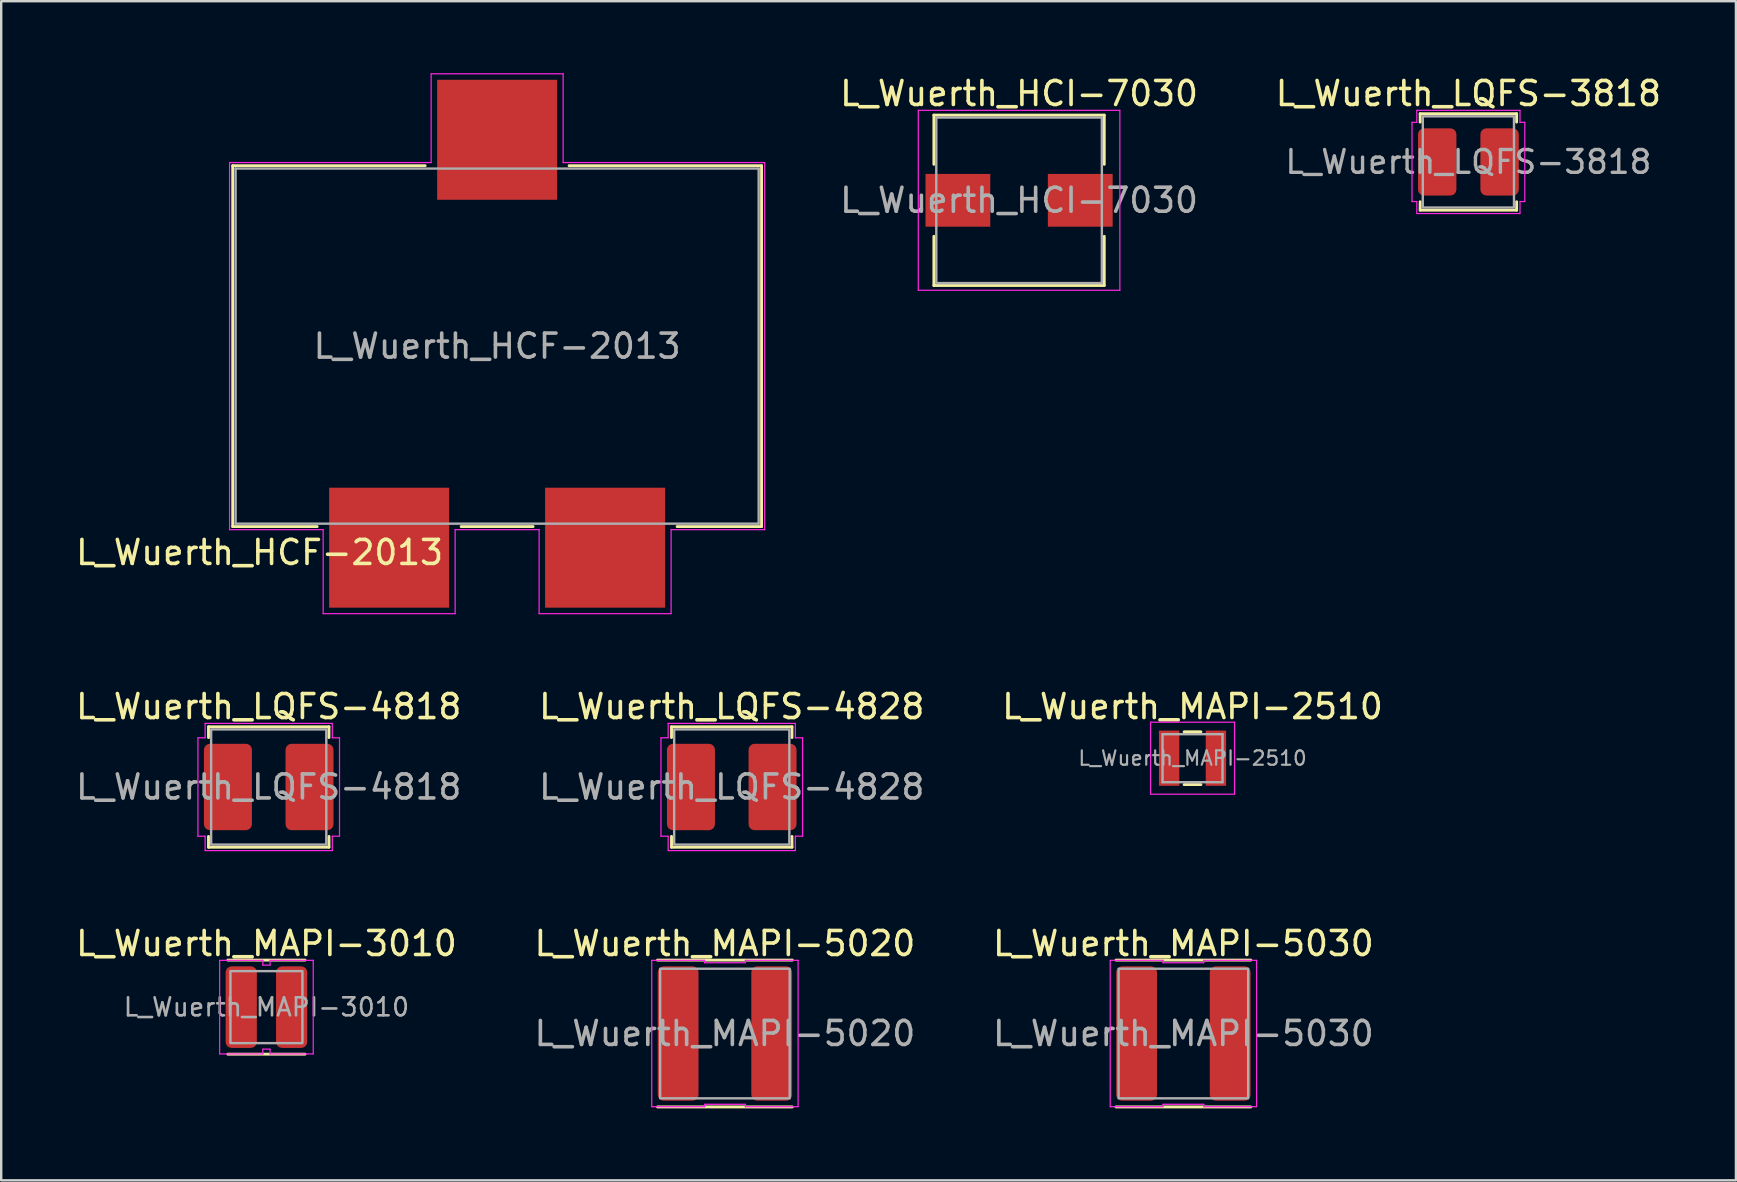
<source format=kicad_pcb>
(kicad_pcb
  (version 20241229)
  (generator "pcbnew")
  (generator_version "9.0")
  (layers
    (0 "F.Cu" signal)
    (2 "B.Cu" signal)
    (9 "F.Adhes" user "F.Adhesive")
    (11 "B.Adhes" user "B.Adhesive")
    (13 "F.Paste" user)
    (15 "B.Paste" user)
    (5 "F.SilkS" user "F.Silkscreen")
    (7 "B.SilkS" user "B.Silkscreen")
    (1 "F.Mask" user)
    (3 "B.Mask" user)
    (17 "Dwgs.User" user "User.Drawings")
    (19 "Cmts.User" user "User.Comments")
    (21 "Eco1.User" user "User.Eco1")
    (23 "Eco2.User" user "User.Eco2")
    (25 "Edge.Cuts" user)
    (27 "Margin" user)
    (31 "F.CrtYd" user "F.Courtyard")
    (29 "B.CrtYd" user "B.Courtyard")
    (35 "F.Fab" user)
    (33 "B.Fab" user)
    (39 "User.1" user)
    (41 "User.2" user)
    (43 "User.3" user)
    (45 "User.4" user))
  (footprint "L_Wuerth_LQFS-4828"
    (layer "F.Cu")
    (at 27.446 29.748)
    (property "Reference" "L_Wuerth_LQFS-4828" (at 0 -3.35 0) (layer "F.SilkS") (effects (font (size 1 1) (thickness 0.15))))
    (attr smd)
    (fp_line (start -2.51 -2.51) (end 2.51 -2.51) (stroke (width 0.12) (type solid)) (layer "F.SilkS"))
    (fp_line (start -2.51 -2.06) (end -2.51 -2.51) (stroke (width 0.12) (type solid)) (layer "F.SilkS"))
    (fp_line (start -2.51 2.51) (end -2.51 2.06) (stroke (width 0.12) (type solid)) (layer "F.SilkS"))
    (fp_line (start 2.51 -2.51) (end 2.51 -2.06) (stroke (width 0.12) (type solid)) (layer "F.SilkS"))
    (fp_line (start 2.51 2.06) (end 2.51 2.51) (stroke (width 0.12) (type solid)) (layer "F.SilkS"))
    (fp_line (start 2.51 2.51) (end -2.51 2.51) (stroke (width 0.12) (type solid)) (layer "F.SilkS"))
    (fp_line (start -2.95 -2.05) (end -2.65 -2.05) (stroke (width 0.05) (type solid)) (layer "F.CrtYd"))
    (fp_line (start -2.95 2.05) (end -2.95 -2.05) (stroke (width 0.05) (type solid)) (layer "F.CrtYd"))
    (fp_line (start -2.65 -2.65) (end 2.65 -2.65) (stroke (width 0.05) (type solid)) (layer "F.CrtYd"))
    (fp_line (start -2.65 -2.05) (end -2.65 -2.65) (stroke (width 0.05) (type solid)) (layer "F.CrtYd"))
    (fp_line (start -2.65 2.05) (end -2.95 2.05) (stroke (width 0.05) (type solid)) (layer "F.CrtYd"))
    (fp_line (start -2.65 2.65) (end -2.65 2.05) (stroke (width 0.05) (type solid)) (layer "F.CrtYd"))
    (fp_line (start 2.65 -2.65) (end 2.65 -2.05) (stroke (width 0.05) (type solid)) (layer "F.CrtYd"))
    (fp_line (start 2.65 -2.05) (end 2.95 -2.05) (stroke (width 0.05) (type solid)) (layer "F.CrtYd"))
    (fp_line (start 2.65 2.05) (end 2.65 2.65) (stroke (width 0.05) (type solid)) (layer "F.CrtYd"))
    (fp_line (start 2.65 2.65) (end -2.65 2.65) (stroke (width 0.05) (type solid)) (layer "F.CrtYd"))
    (fp_line (start 2.95 -2.05) (end 2.95 2.05) (stroke (width 0.05) (type solid)) (layer "F.CrtYd"))
    (fp_line (start 2.95 2.05) (end 2.65 2.05) (stroke (width 0.05) (type solid)) (layer "F.CrtYd"))
    (fp_rect (start -2.4 -2.4) (end 2.4 2.4) (stroke (width 0.1) (type solid)) (fill no) (layer "F.Fab"))
    (fp_text user "${REFERENCE}" (at 0 0 0) (layer "F.Fab") (effects (font (size 1 1) (thickness 0.15))))
    (pad "1" smd roundrect (at -1.7 0) (size 2 3.6) (layers "F.Cu" "F.Mask" "F.Paste") (roundrect_rratio 0.125))
    (pad "2" smd roundrect (at 1.7 0) (size 2 3.6) (layers "F.Cu" "F.Mask" "F.Paste") (roundrect_rratio 0.125)))
  (footprint "L_Wuerth_HCI-7030"
    (layer "F.Cu")
    (at 39.42 5.298)
    (property "Reference" "L_Wuerth_HCI-7030" (at 0 -4.45 0) (layer "F.SilkS") (effects (font (size 1 1) (thickness 0.15))))
    (attr smd)
    (fp_line (start -3.55 -3.55) (end 3.55 -3.55) (stroke (width 0.12) (type solid)) (layer "F.SilkS"))
    (fp_line (start -3.55 -1.5) (end -3.55 -3.55) (stroke (width 0.12) (type solid)) (layer "F.SilkS"))
    (fp_line (start -3.55 1.5) (end -3.55 3.55) (stroke (width 0.12) (type solid)) (layer "F.SilkS"))
    (fp_line (start -3.55 3.55) (end 3.55 3.55) (stroke (width 0.12) (type solid)) (layer "F.SilkS"))
    (fp_line (start 3.55 -3.55) (end 3.55 -1.5) (stroke (width 0.12) (type solid)) (layer "F.SilkS"))
    (fp_line (start 3.55 3.55) (end 3.55 1.5) (stroke (width 0.12) (type solid)) (layer "F.SilkS"))
    (fp_line (start -4.2 -3.75) (end -4.2 3.75) (stroke (width 0.05) (type solid)) (layer "F.CrtYd"))
    (fp_line (start -4.2 3.75) (end 4.2 3.75) (stroke (width 0.05) (type solid)) (layer "F.CrtYd"))
    (fp_line (start 4.2 -3.75) (end -4.2 -3.75) (stroke (width 0.05) (type solid)) (layer "F.CrtYd"))
    (fp_line (start 4.2 3.75) (end 4.2 -3.75) (stroke (width 0.05) (type solid)) (layer "F.CrtYd"))
    (fp_line (start -3.45 -3.45) (end -3.45 3.45) (stroke (width 0.1) (type solid)) (layer "F.Fab"))
    (fp_line (start -3.45 3.45) (end 3.45 3.45) (stroke (width 0.1) (type solid)) (layer "F.Fab"))
    (fp_line (start 3.45 -3.45) (end -3.45 -3.45) (stroke (width 0.1) (type solid)) (layer "F.Fab"))
    (fp_line (start 3.45 3.45) (end 3.45 -3.45) (stroke (width 0.1) (type solid)) (layer "F.Fab"))
    (fp_text user "${REFERENCE}" (at 0 0 0) (layer "F.Fab") (effects (font (size 1 1) (thickness 0.15))))
    (pad "1" smd rect (at -2.55 0) (size 2.7 2.2) (layers "F.Cu" "F.Mask" "F.Paste"))
    (pad "2" smd rect (at 2.55 0) (size 2.7 2.2) (layers "F.Cu" "F.Mask" "F.Paste")))
  (footprint "L_Wuerth_MAPI-5020"
    (layer "F.Cu")
    (at 27.161 40.022)
    (property "Reference" "L_Wuerth_MAPI-5020" (at 0 -3.75 0) (layer "F.SilkS") (effects (font (size 1 1) (thickness 0.15))))
    (attr smd)
    (fp_line (start -2.81 -3.06) (end 2.81 -3.06) (stroke (width 0.12) (type solid)) (layer "F.SilkS"))
    (fp_line (start 2.81 3.06) (end -2.81 3.06) (stroke (width 0.12) (type solid)) (layer "F.SilkS"))
    (fp_line (start -3.05 -3.05) (end -0.85 -3.05) (stroke (width 0.05) (type solid)) (layer "F.CrtYd"))
    (fp_line (start -3.05 3.05) (end -3.05 -3.05) (stroke (width 0.05) (type solid)) (layer "F.CrtYd"))
    (fp_line (start -0.85 -3.05) (end -0.85 -2.95) (stroke (width 0.05) (type solid)) (layer "F.CrtYd"))
    (fp_line (start -0.85 -2.95) (end 0.85 -2.95) (stroke (width 0.05) (type solid)) (layer "F.CrtYd"))
    (fp_line (start -0.85 2.95) (end -0.85 3.05) (stroke (width 0.05) (type solid)) (layer "F.CrtYd"))
    (fp_line (start -0.85 3.05) (end -3.05 3.05) (stroke (width 0.05) (type solid)) (layer "F.CrtYd"))
    (fp_line (start 0.85 -3.05) (end 3.05 -3.05) (stroke (width 0.05) (type solid)) (layer "F.CrtYd"))
    (fp_line (start 0.85 -2.95) (end 0.85 -3.05) (stroke (width 0.05) (type solid)) (layer "F.CrtYd"))
    (fp_line (start 0.85 2.95) (end -0.85 2.95) (stroke (width 0.05) (type solid)) (layer "F.CrtYd"))
    (fp_line (start 0.85 3.05) (end 0.85 2.95) (stroke (width 0.05) (type solid)) (layer "F.CrtYd"))
    (fp_line (start 3.05 -3.05) (end 3.05 3.05) (stroke (width 0.05) (type solid)) (layer "F.CrtYd"))
    (fp_line (start 3.05 3.05) (end 0.85 3.05) (stroke (width 0.05) (type solid)) (layer "F.CrtYd"))
    (fp_rect (start -2.7 -2.7) (end 2.7 2.7) (stroke (width 0.1) (type solid)) (fill no) (layer "F.Fab"))
    (fp_text user "${REFERENCE}" (at 0 0 0) (layer "F.Fab") (effects (font (size 1 1) (thickness 0.15))))
    (pad "1" smd roundrect (at -1.95 0) (size 1.7 5.6) (layers "F.Cu" "F.Mask" "F.Paste") (roundrect_rratio 0.147))
    (pad "2" smd roundrect (at 1.95 0) (size 1.7 5.6) (layers "F.Cu" "F.Mask" "F.Paste") (roundrect_rratio 0.147)))
  (footprint "L_Wuerth_MAPI-3010"
    (layer "F.Cu")
    (at 8.054 38.922)
    (property "Reference" "L_Wuerth_MAPI-3010" (at 0 -2.65 0) (layer "F.SilkS") (effects (font (size 1 1) (thickness 0.15))))
    (attr smd)
    (fp_line (start -1.61 -1.96) (end 1.61 -1.96) (stroke (width 0.12) (type solid)) (layer "F.SilkS"))
    (fp_line (start 1.61 1.96) (end -1.61 1.96) (stroke (width 0.12) (type solid)) (layer "F.SilkS"))
    (fp_line (start -1.95 -1.95) (end -0.15 -1.95) (stroke (width 0.05) (type solid)) (layer "F.CrtYd"))
    (fp_line (start -1.95 1.95) (end -1.95 -1.95) (stroke (width 0.05) (type solid)) (layer "F.CrtYd"))
    (fp_line (start -0.15 -1.95) (end -0.15 -1.75) (stroke (width 0.05) (type solid)) (layer "F.CrtYd"))
    (fp_line (start -0.15 -1.75) (end 0.15 -1.75) (stroke (width 0.05) (type solid)) (layer "F.CrtYd"))
    (fp_line (start -0.15 1.75) (end -0.15 1.95) (stroke (width 0.05) (type solid)) (layer "F.CrtYd"))
    (fp_line (start -0.15 1.95) (end -1.95 1.95) (stroke (width 0.05) (type solid)) (layer "F.CrtYd"))
    (fp_line (start 0.15 -1.95) (end 1.95 -1.95) (stroke (width 0.05) (type solid)) (layer "F.CrtYd"))
    (fp_line (start 0.15 -1.75) (end 0.15 -1.95) (stroke (width 0.05) (type solid)) (layer "F.CrtYd"))
    (fp_line (start 0.15 1.75) (end -0.15 1.75) (stroke (width 0.05) (type solid)) (layer "F.CrtYd"))
    (fp_line (start 0.15 1.95) (end 0.15 1.75) (stroke (width 0.05) (type solid)) (layer "F.CrtYd"))
    (fp_line (start 1.95 -1.95) (end 1.95 1.95) (stroke (width 0.05) (type solid)) (layer "F.CrtYd"))
    (fp_line (start 1.95 1.95) (end 0.15 1.95) (stroke (width 0.05) (type solid)) (layer "F.CrtYd"))
    (fp_rect (start -1.5 -1.5) (end 1.5 1.5) (stroke (width 0.1) (type solid)) (fill no) (layer "F.Fab"))
    (fp_text user "${REFERENCE}" (at 0 0 0) (layer "F.Fab") (effects (font (size 0.75 0.75) (thickness 0.11))))
    (pad "1" smd roundrect (at -1.05 0) (size 1.3 3.4) (layers "F.Cu" "F.Mask" "F.Paste") (roundrect_rratio 0.192))
    (pad "2" smd roundrect (at 1.05 0) (size 1.3 3.4) (layers "F.Cu" "F.Mask" "F.Paste") (roundrect_rratio 0.192)))
  (footprint "L_Wuerth_LQFS-4818"
    (layer "F.Cu")
    (at 8.149 29.748)
    (property "Reference" "L_Wuerth_LQFS-4818" (at 0 -3.35 0) (layer "F.SilkS") (effects (font (size 1 1) (thickness 0.15))))
    (attr smd)
    (fp_line (start -2.51 -2.51) (end 2.51 -2.51) (stroke (width 0.12) (type solid)) (layer "F.SilkS"))
    (fp_line (start -2.51 -2.06) (end -2.51 -2.51) (stroke (width 0.12) (type solid)) (layer "F.SilkS"))
    (fp_line (start -2.51 2.51) (end -2.51 2.06) (stroke (width 0.12) (type solid)) (layer "F.SilkS"))
    (fp_line (start 2.51 -2.51) (end 2.51 -2.06) (stroke (width 0.12) (type solid)) (layer "F.SilkS"))
    (fp_line (start 2.51 2.06) (end 2.51 2.51) (stroke (width 0.12) (type solid)) (layer "F.SilkS"))
    (fp_line (start 2.51 2.51) (end -2.51 2.51) (stroke (width 0.12) (type solid)) (layer "F.SilkS"))
    (fp_line (start -2.95 -2.05) (end -2.65 -2.05) (stroke (width 0.05) (type solid)) (layer "F.CrtYd"))
    (fp_line (start -2.95 2.05) (end -2.95 -2.05) (stroke (width 0.05) (type solid)) (layer "F.CrtYd"))
    (fp_line (start -2.65 -2.65) (end 2.65 -2.65) (stroke (width 0.05) (type solid)) (layer "F.CrtYd"))
    (fp_line (start -2.65 -2.05) (end -2.65 -2.65) (stroke (width 0.05) (type solid)) (layer "F.CrtYd"))
    (fp_line (start -2.65 2.05) (end -2.95 2.05) (stroke (width 0.05) (type solid)) (layer "F.CrtYd"))
    (fp_line (start -2.65 2.65) (end -2.65 2.05) (stroke (width 0.05) (type solid)) (layer "F.CrtYd"))
    (fp_line (start 2.65 -2.65) (end 2.65 -2.05) (stroke (width 0.05) (type solid)) (layer "F.CrtYd"))
    (fp_line (start 2.65 -2.05) (end 2.95 -2.05) (stroke (width 0.05) (type solid)) (layer "F.CrtYd"))
    (fp_line (start 2.65 2.05) (end 2.65 2.65) (stroke (width 0.05) (type solid)) (layer "F.CrtYd"))
    (fp_line (start 2.65 2.65) (end -2.65 2.65) (stroke (width 0.05) (type solid)) (layer "F.CrtYd"))
    (fp_line (start 2.95 -2.05) (end 2.95 2.05) (stroke (width 0.05) (type solid)) (layer "F.CrtYd"))
    (fp_line (start 2.95 2.05) (end 2.65 2.05) (stroke (width 0.05) (type solid)) (layer "F.CrtYd"))
    (fp_rect (start -2.4 -2.4) (end 2.4 2.4) (stroke (width 0.1) (type solid)) (fill no) (layer "F.Fab"))
    (fp_text user "${REFERENCE}" (at 0 0 0) (layer "F.Fab") (effects (font (size 1 1) (thickness 0.15))))
    (pad "1" smd roundrect (at -1.7 0) (size 2 3.6) (layers "F.Cu" "F.Mask" "F.Paste") (roundrect_rratio 0.125))
    (pad "2" smd roundrect (at 1.7 0) (size 2 3.6) (layers "F.Cu" "F.Mask" "F.Paste") (roundrect_rratio 0.125)))
  (footprint "L_Wuerth_MAPI-2510"
    (layer "F.Cu")
    (at 46.649 28.548)
    (property "Reference" "L_Wuerth_MAPI-2510" (at 0 -2.15 0) (layer "F.SilkS") (effects (font (size 1 1) (thickness 0.15))))
    (attr smd)
    (fp_line (start -0.35 -1.1) (end 0.35 -1.1) (stroke (width 0.12) (type solid)) (layer "F.SilkS"))
    (fp_line (start -0.35 1.1) (end 0.35 1.1) (stroke (width 0.12) (type solid)) (layer "F.SilkS"))
    (fp_line (start -1.75 -1.5) (end -1.75 1.5) (stroke (width 0.05) (type solid)) (layer "F.CrtYd"))
    (fp_line (start -1.75 1.5) (end 1.75 1.5) (stroke (width 0.05) (type solid)) (layer "F.CrtYd"))
    (fp_line (start 1.75 -1.5) (end -1.75 -1.5) (stroke (width 0.05) (type solid)) (layer "F.CrtYd"))
    (fp_line (start 1.75 1.5) (end 1.75 -1.5) (stroke (width 0.05) (type solid)) (layer "F.CrtYd"))
    (fp_line (start -1.25 -1) (end -1.25 1) (stroke (width 0.1) (type solid)) (layer "F.Fab"))
    (fp_line (start -1.25 1) (end 1.25 1) (stroke (width 0.1) (type solid)) (layer "F.Fab"))
    (fp_line (start 1.25 -1) (end -1.25 -1) (stroke (width 0.1) (type solid)) (layer "F.Fab"))
    (fp_line (start 1.25 1) (end 1.25 -1) (stroke (width 0.1) (type solid)) (layer "F.Fab"))
    (fp_text user "${REFERENCE}" (at 0 0 0) (layer "F.Fab") (effects (font (size 0.6 0.6) (thickness 0.09))))
    (pad "1" smd rect (at -0.975 0) (size 0.85 2.3) (layers "F.Cu" "F.Mask" "F.Paste"))
    (pad "2" smd rect (at 0.975 0) (size 0.85 2.3) (layers "F.Cu" "F.Mask" "F.Paste")))
  (footprint "L_Wuerth_LQFS-3818"
    (layer "F.Cu")
    (at 58.146 3.698)
    (property "Reference" "L_Wuerth_LQFS-3818" (at 0 -2.85 0) (layer "F.SilkS") (effects (font (size 1 1) (thickness 0.15))))
    (attr smd)
    (fp_line (start -2.01 -2.01) (end 2.01 -2.01) (stroke (width 0.12) (type solid)) (layer "F.SilkS"))
    (fp_line (start -2.01 -1.66) (end -2.01 -2.01) (stroke (width 0.12) (type solid)) (layer "F.SilkS"))
    (fp_line (start -2.01 2.01) (end -2.01 1.66) (stroke (width 0.12) (type solid)) (layer "F.SilkS"))
    (fp_line (start 2.01 -2.01) (end 2.01 -1.66) (stroke (width 0.12) (type solid)) (layer "F.SilkS"))
    (fp_line (start 2.01 1.66) (end 2.01 2.01) (stroke (width 0.12) (type solid)) (layer "F.SilkS"))
    (fp_line (start 2.01 2.01) (end -2.01 2.01) (stroke (width 0.12) (type solid)) (layer "F.SilkS"))
    (fp_line (start -2.35 -1.65) (end -2.15 -1.65) (stroke (width 0.05) (type solid)) (layer "F.CrtYd"))
    (fp_line (start -2.35 1.65) (end -2.35 -1.65) (stroke (width 0.05) (type solid)) (layer "F.CrtYd"))
    (fp_line (start -2.15 -2.15) (end 2.15 -2.15) (stroke (width 0.05) (type solid)) (layer "F.CrtYd"))
    (fp_line (start -2.15 -1.65) (end -2.15 -2.15) (stroke (width 0.05) (type solid)) (layer "F.CrtYd"))
    (fp_line (start -2.15 1.65) (end -2.35 1.65) (stroke (width 0.05) (type solid)) (layer "F.CrtYd"))
    (fp_line (start -2.15 2.15) (end -2.15 1.65) (stroke (width 0.05) (type solid)) (layer "F.CrtYd"))
    (fp_line (start 2.15 -2.15) (end 2.15 -1.65) (stroke (width 0.05) (type solid)) (layer "F.CrtYd"))
    (fp_line (start 2.15 -1.65) (end 2.35 -1.65) (stroke (width 0.05) (type solid)) (layer "F.CrtYd"))
    (fp_line (start 2.15 1.65) (end 2.15 2.15) (stroke (width 0.05) (type solid)) (layer "F.CrtYd"))
    (fp_line (start 2.15 2.15) (end -2.15 2.15) (stroke (width 0.05) (type solid)) (layer "F.CrtYd"))
    (fp_line (start 2.35 -1.65) (end 2.35 1.65) (stroke (width 0.05) (type solid)) (layer "F.CrtYd"))
    (fp_line (start 2.35 1.65) (end 2.15 1.65) (stroke (width 0.05) (type solid)) (layer "F.CrtYd"))
    (fp_rect (start -1.9 -1.9) (end 1.9 1.9) (stroke (width 0.1) (type solid)) (fill no) (layer "F.Fab"))
    (fp_text user "${REFERENCE}" (at 0 0 0) (layer "F.Fab") (effects (font (size 0.95 0.95) (thickness 0.14))))
    (pad "1" smd roundrect (at -1.3 0) (size 1.6 2.8) (layers "F.Cu" "F.Mask" "F.Paste") (roundrect_rratio 0.156))
    (pad "2" smd roundrect (at 1.3 0) (size 1.6 2.8) (layers "F.Cu" "F.Mask" "F.Paste") (roundrect_rratio 0.156)))
  (footprint "L_Wuerth_HCF-2013"
    (layer "F.Cu")
    (at 17.668 11.375)
    (property "Reference" "L_Wuerth_HCF-2013" (at -9.9 8.6 0) (layer "F.SilkS") (effects (font (size 1 1) (thickness 0.15))))
    (attr smd)
    (fp_line (start -11.02 -7.52) (end -3 -7.52) (stroke (width 0.12) (type solid)) (layer "F.SilkS"))
    (fp_line (start -11.02 7.52) (end -11.02 -7.52) (stroke (width 0.12) (type solid)) (layer "F.SilkS"))
    (fp_line (start -7.5 7.52) (end -11.02 7.52) (stroke (width 0.12) (type solid)) (layer "F.SilkS"))
    (fp_line (start 1.5 7.52) (end -1.5 7.52) (stroke (width 0.12) (type solid)) (layer "F.SilkS"))
    (fp_line (start 3 -7.52) (end 11.02 -7.52) (stroke (width 0.12) (type solid)) (layer "F.SilkS"))
    (fp_line (start 11.02 -7.52) (end 11.02 7.52) (stroke (width 0.12) (type solid)) (layer "F.SilkS"))
    (fp_line (start 11.02 7.52) (end 7.5 7.52) (stroke (width 0.12) (type solid)) (layer "F.SilkS"))
    (fp_line (start -11.15 -7.65) (end -2.75 -7.65) (stroke (width 0.05) (type solid)) (layer "F.CrtYd"))
    (fp_line (start -11.15 7.65) (end -11.15 -7.65) (stroke (width 0.05) (type solid)) (layer "F.CrtYd"))
    (fp_line (start -7.25 7.65) (end -11.15 7.65) (stroke (width 0.05) (type solid)) (layer "F.CrtYd"))
    (fp_line (start -7.25 11.15) (end -7.25 7.65) (stroke (width 0.05) (type solid)) (layer "F.CrtYd"))
    (fp_line (start -2.75 -11.35) (end 2.75 -11.35) (stroke (width 0.05) (type solid)) (layer "F.CrtYd"))
    (fp_line (start -2.75 -7.65) (end -2.75 -11.35) (stroke (width 0.05) (type solid)) (layer "F.CrtYd"))
    (fp_line (start -1.75 7.65) (end -1.75 11.15) (stroke (width 0.05) (type solid)) (layer "F.CrtYd"))
    (fp_line (start -1.75 11.15) (end -7.25 11.15) (stroke (width 0.05) (type solid)) (layer "F.CrtYd"))
    (fp_line (start 1.75 7.65) (end -1.75 7.65) (stroke (width 0.05) (type solid)) (layer "F.CrtYd"))
    (fp_line (start 1.75 11.15) (end 1.75 7.65) (stroke (width 0.05) (type solid)) (layer "F.CrtYd"))
    (fp_line (start 2.75 -11.35) (end 2.75 -7.65) (stroke (width 0.05) (type solid)) (layer "F.CrtYd"))
    (fp_line (start 2.75 -7.65) (end 11.15 -7.65) (stroke (width 0.05) (type solid)) (layer "F.CrtYd"))
    (fp_line (start 7.25 7.65) (end 7.25 11.15) (stroke (width 0.05) (type solid)) (layer "F.CrtYd"))
    (fp_line (start 7.25 11.15) (end 1.75 11.15) (stroke (width 0.05) (type solid)) (layer "F.CrtYd"))
    (fp_line (start 11.15 -7.65) (end 11.15 7.65) (stroke (width 0.05) (type solid)) (layer "F.CrtYd"))
    (fp_line (start 11.15 7.65) (end 7.25 7.65) (stroke (width 0.05) (type solid)) (layer "F.CrtYd"))
    (fp_line (start -10.9 -7.4) (end 10.9 -7.4) (stroke (width 0.1) (type solid)) (layer "F.Fab"))
    (fp_line (start -10.9 7.4) (end -10.9 -7.4) (stroke (width 0.1) (type solid)) (layer "F.Fab"))
    (fp_line (start 10.9 -7.4) (end 10.9 7.4) (stroke (width 0.1) (type solid)) (layer "F.Fab"))
    (fp_line (start 10.9 7.4) (end -10.9 7.4) (stroke (width 0.1) (type solid)) (layer "F.Fab"))
    (fp_text user "${REFERENCE}" (at 0 0 0) (layer "F.Fab") (effects (font (size 1 1) (thickness 0.15))))
    (pad "" smd rect (at 0 -8.6) (size 5 5) (layers "F.Cu" "F.Mask" "F.Paste"))
    (pad "1" smd rect (at -4.5 8.4) (size 5 5) (layers "F.Cu" "F.Mask" "F.Paste"))
    (pad "2" smd rect (at 4.5 8.4) (size 5 5) (layers "F.Cu" "F.Mask" "F.Paste")))
  (footprint "L_Wuerth_MAPI-5030"
    (layer "F.Cu")
    (at 46.268 40.022)
    (property "Reference" "L_Wuerth_MAPI-5030" (at 0 -3.75 0) (layer "F.SilkS") (effects (font (size 1 1) (thickness 0.15))))
    (attr smd)
    (fp_line (start -2.81 -3.06) (end 2.81 -3.06) (stroke (width 0.12) (type solid)) (layer "F.SilkS"))
    (fp_line (start 2.81 3.06) (end -2.81 3.06) (stroke (width 0.12) (type solid)) (layer "F.SilkS"))
    (fp_line (start -3.05 -3.05) (end -0.85 -3.05) (stroke (width 0.05) (type solid)) (layer "F.CrtYd"))
    (fp_line (start -3.05 3.05) (end -3.05 -3.05) (stroke (width 0.05) (type solid)) (layer "F.CrtYd"))
    (fp_line (start -0.85 -3.05) (end -0.85 -2.95) (stroke (width 0.05) (type solid)) (layer "F.CrtYd"))
    (fp_line (start -0.85 -2.95) (end 0.85 -2.95) (stroke (width 0.05) (type solid)) (layer "F.CrtYd"))
    (fp_line (start -0.85 2.95) (end -0.85 3.05) (stroke (width 0.05) (type solid)) (layer "F.CrtYd"))
    (fp_line (start -0.85 3.05) (end -3.05 3.05) (stroke (width 0.05) (type solid)) (layer "F.CrtYd"))
    (fp_line (start 0.85 -3.05) (end 3.05 -3.05) (stroke (width 0.05) (type solid)) (layer "F.CrtYd"))
    (fp_line (start 0.85 -2.95) (end 0.85 -3.05) (stroke (width 0.05) (type solid)) (layer "F.CrtYd"))
    (fp_line (start 0.85 2.95) (end -0.85 2.95) (stroke (width 0.05) (type solid)) (layer "F.CrtYd"))
    (fp_line (start 0.85 3.05) (end 0.85 2.95) (stroke (width 0.05) (type solid)) (layer "F.CrtYd"))
    (fp_line (start 3.05 -3.05) (end 3.05 3.05) (stroke (width 0.05) (type solid)) (layer "F.CrtYd"))
    (fp_line (start 3.05 3.05) (end 0.85 3.05) (stroke (width 0.05) (type solid)) (layer "F.CrtYd"))
    (fp_rect (start -2.7 -2.7) (end 2.7 2.7) (stroke (width 0.1) (type solid)) (fill no) (layer "F.Fab"))
    (fp_text user "${REFERENCE}" (at 0 0 0) (layer "F.Fab") (effects (font (size 1 1) (thickness 0.15))))
    (pad "1" smd roundrect (at -1.95 0) (size 1.7 5.6) (layers "F.Cu" "F.Mask" "F.Paste") (roundrect_rratio 0.147))
    (pad "2" smd roundrect (at 1.95 0) (size 1.7 5.6) (layers "F.Cu" "F.Mask" "F.Paste") (roundrect_rratio 0.147)))
  (gr_rect
    (start -3 -3)
    (end 69.295 46.142)
    (stroke (width 0.1) (type default))
    (fill no)
    (layer "Edge.Cuts")))
</source>
